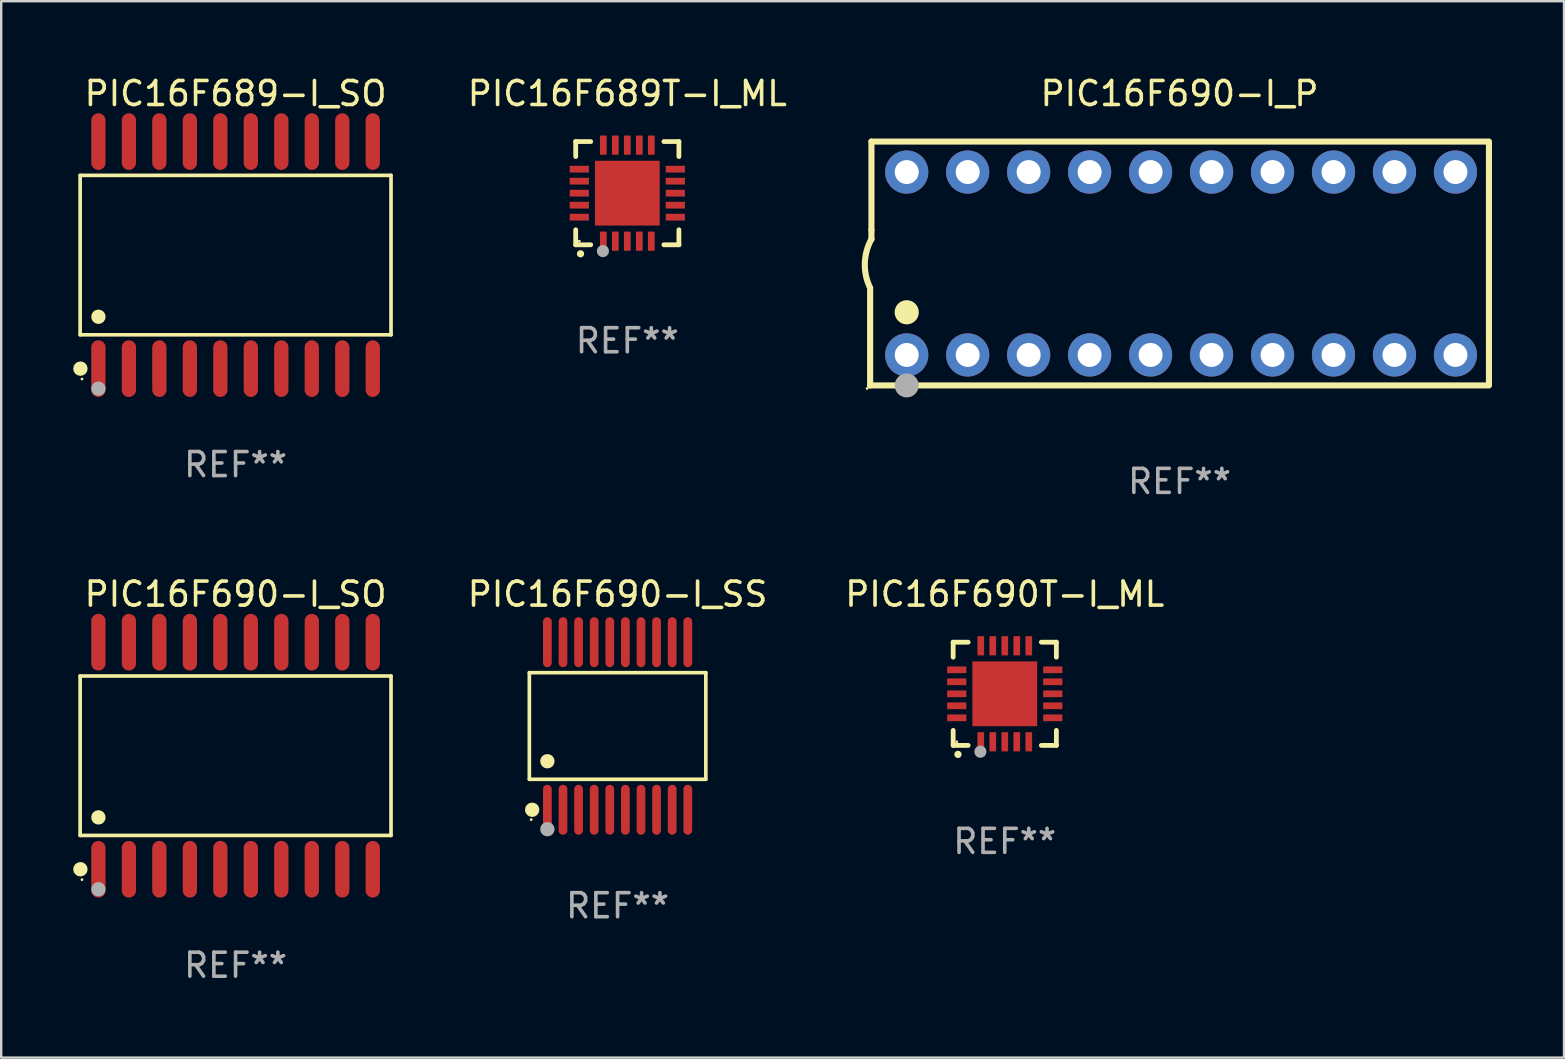
<source format=kicad_pcb>
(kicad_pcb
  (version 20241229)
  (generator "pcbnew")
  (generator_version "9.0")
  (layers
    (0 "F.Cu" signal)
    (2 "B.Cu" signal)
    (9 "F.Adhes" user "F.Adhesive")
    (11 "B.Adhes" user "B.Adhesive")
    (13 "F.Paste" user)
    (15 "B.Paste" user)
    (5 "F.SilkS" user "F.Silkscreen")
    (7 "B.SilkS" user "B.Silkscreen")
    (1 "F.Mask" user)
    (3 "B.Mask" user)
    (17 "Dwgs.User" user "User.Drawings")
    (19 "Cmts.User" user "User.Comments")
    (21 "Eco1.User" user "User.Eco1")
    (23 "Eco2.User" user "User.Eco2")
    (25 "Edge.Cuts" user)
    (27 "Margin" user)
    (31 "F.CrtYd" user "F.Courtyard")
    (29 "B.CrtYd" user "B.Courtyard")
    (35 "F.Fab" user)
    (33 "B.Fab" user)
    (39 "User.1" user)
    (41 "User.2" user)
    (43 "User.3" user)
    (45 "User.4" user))
  (footprint "PIC16F689T-I_ML"
    (layer "F.Cu")
    (at 23.085 4.998)
    (property "Reference" "PIC16F689T-I_ML" (at 0 -4.15 0) (layer "F.SilkS") (effects (font (size 1 1) (thickness 0.15))))
    (attr through_hole)
    (fp_line (start -2.15 -2.15) (end -2.15 -1.525) (stroke (width 0.2) (type solid)) (layer "F.SilkS"))
    (fp_line (start -2.15 2.15) (end -2.15 1.525) (stroke (width 0.2) (type solid)) (layer "F.SilkS"))
    (fp_line (start -1.525 -2.15) (end -2.15 -2.15) (stroke (width 0.2) (type solid)) (layer "F.SilkS"))
    (fp_line (start -1.525 2.15) (end -2.15 2.15) (stroke (width 0.2) (type solid)) (layer "F.SilkS"))
    (fp_line (start 1.525 2.15) (end 2.15 2.15) (stroke (width 0.2) (type solid)) (layer "F.SilkS"))
    (fp_line (start 2.15 -2.15) (end 1.525 -2.15) (stroke (width 0.2) (type solid)) (layer "F.SilkS"))
    (fp_line (start 2.15 -1.525) (end 2.15 -2.15) (stroke (width 0.2) (type solid)) (layer "F.SilkS"))
    (fp_line (start 2.15 2.15) (end 2.15 1.525) (stroke (width 0.2) (type solid)) (layer "F.SilkS"))
    (fp_arc (start -1.950724 2.524765) (mid -1.949454 2.52476) (end -1.948184 2.524765) (stroke (width 0.3) (type solid)) (layer "F.SilkS"))
    (fp_circle (center -2 2) (end -1.97 2) (stroke (width 0.06) (type solid)) (fill no) (layer "F.SilkS"))
    (fp_circle (center -1.016 2.413) (end -0.889 2.413) (stroke (width 0.254) (type solid)) (fill no) (layer "F.Fab"))
    (fp_text user "REF**" (at 0 6.15 0) (layer "F.Fab") (effects (font (size 1 1) (thickness 0.15))))
    (pad "1" smd rect (at -1 2) (size 0.28 0.8) (layers "F.Cu" "F.Mask" "F.Paste"))
    (pad "2" smd rect (at -0.5 2) (size 0.28 0.8) (layers "F.Cu" "F.Mask" "F.Paste"))
    (pad "3" smd rect (at 0 2) (size 0.28 0.8) (layers "F.Cu" "F.Mask" "F.Paste"))
    (pad "4" smd rect (at 0.5 2) (size 0.28 0.8) (layers "F.Cu" "F.Mask" "F.Paste"))
    (pad "5" smd rect (at 1 2) (size 0.28 0.8) (layers "F.Cu" "F.Mask" "F.Paste"))
    (pad "6" smd rect (at 2 1) (size 0.8 0.28) (layers "F.Cu" "F.Mask" "F.Paste"))
    (pad "7" smd rect (at 2 0.5) (size 0.8 0.28) (layers "F.Cu" "F.Mask" "F.Paste"))
    (pad "8" smd rect (at 2 0) (size 0.8 0.28) (layers "F.Cu" "F.Mask" "F.Paste"))
    (pad "9" smd rect (at 2 -0.5) (size 0.8 0.28) (layers "F.Cu" "F.Mask" "F.Paste"))
    (pad "10" smd rect (at 2 -1) (size 0.8 0.28) (layers "F.Cu" "F.Mask" "F.Paste"))
    (pad "11" smd rect (at 1 -2) (size 0.28 0.8) (layers "F.Cu" "F.Mask" "F.Paste"))
    (pad "12" smd rect (at 0.5 -2) (size 0.28 0.8) (layers "F.Cu" "F.Mask" "F.Paste"))
    (pad "13" smd rect (at 0 -2) (size 0.28 0.8) (layers "F.Cu" "F.Mask" "F.Paste"))
    (pad "14" smd rect (at -0.5 -2) (size 0.28 0.8) (layers "F.Cu" "F.Mask" "F.Paste"))
    (pad "15" smd rect (at -1 -2) (size 0.28 0.8) (layers "F.Cu" "F.Mask" "F.Paste"))
    (pad "16" smd rect (at -2 -1) (size 0.8 0.28) (layers "F.Cu" "F.Mask" "F.Paste"))
    (pad "17" smd rect (at -2 -0.5) (size 0.8 0.28) (layers "F.Cu" "F.Mask" "F.Paste"))
    (pad "18" smd rect (at -2 0) (size 0.8 0.28) (layers "F.Cu" "F.Mask" "F.Paste"))
    (pad "19" smd rect (at -2 0.5) (size 0.8 0.28) (layers "F.Cu" "F.Mask" "F.Paste"))
    (pad "20" smd rect (at -2 1) (size 0.8 0.28) (layers "F.Cu" "F.Mask" "F.Paste"))
    (pad "21" smd rect (at 0 0) (size 2.7 2.7) (layers "F.Cu" "F.Mask" "F.Paste")))
  (footprint "PIC16F689-I_SO"
    (layer "F.Cu")
    (at 6.765 7.578)
    (property "Reference" "PIC16F689-I_SO" (at 0 -6.73 0) (layer "F.SilkS") (effects (font (size 1 1) (thickness 0.15))))
    (attr through_hole)
    (fp_line (start -6.476 -3.321) (end 6.476 -3.321) (stroke (width 0.152) (type solid)) (layer "F.SilkS"))
    (fp_line (start -6.476 3.321) (end -6.476 -3.321) (stroke (width 0.152) (type solid)) (layer "F.SilkS"))
    (fp_line (start 6.476 -3.321) (end 6.476 3.321) (stroke (width 0.152) (type solid)) (layer "F.SilkS"))
    (fp_line (start 6.476 3.321) (end -6.476 3.321) (stroke (width 0.152) (type solid)) (layer "F.SilkS"))
    (fp_circle (center -6.465 4.73) (end -6.315 4.73) (stroke (width 0.3) (type solid)) (fill no) (layer "F.SilkS"))
    (fp_circle (center -6.4 5.163) (end -6.37 5.163) (stroke (width 0.06) (type solid)) (fill no) (layer "F.SilkS"))
    (fp_circle (center -5.715 2.569) (end -5.565 2.569) (stroke (width 0.3) (type solid)) (fill no) (layer "F.SilkS"))
    (fp_circle (center -5.715 5.563) (end -5.565 5.563) (stroke (width 0.3) (type solid)) (fill no) (layer "F.Fab"))
    (fp_text user "REF**" (at 0 8.73 0) (layer "F.Fab") (effects (font (size 1 1) (thickness 0.15))))
    (pad "1" smd oval (at -5.715 4.73) (size 0.595 2.36) (layers "F.Cu" "F.Mask" "F.Paste"))
    (pad "2" smd oval (at -4.445 4.73) (size 0.595 2.36) (layers "F.Cu" "F.Mask" "F.Paste"))
    (pad "3" smd oval (at -3.175 4.73) (size 0.595 2.36) (layers "F.Cu" "F.Mask" "F.Paste"))
    (pad "4" smd oval (at -1.905 4.73) (size 0.595 2.36) (layers "F.Cu" "F.Mask" "F.Paste"))
    (pad "5" smd oval (at -0.635 4.73) (size 0.595 2.36) (layers "F.Cu" "F.Mask" "F.Paste"))
    (pad "6" smd oval (at 0.635 4.73) (size 0.595 2.36) (layers "F.Cu" "F.Mask" "F.Paste"))
    (pad "7" smd oval (at 1.905 4.73) (size 0.595 2.36) (layers "F.Cu" "F.Mask" "F.Paste"))
    (pad "8" smd oval (at 3.175 4.73) (size 0.595 2.36) (layers "F.Cu" "F.Mask" "F.Paste"))
    (pad "9" smd oval (at 4.445 4.73) (size 0.595 2.36) (layers "F.Cu" "F.Mask" "F.Paste"))
    (pad "10" smd oval (at 5.715 4.73) (size 0.595 2.36) (layers "F.Cu" "F.Mask" "F.Paste"))
    (pad "11" smd oval (at 5.715 -4.73) (size 0.595 2.36) (layers "F.Cu" "F.Mask" "F.Paste"))
    (pad "12" smd oval (at 4.445 -4.73) (size 0.595 2.36) (layers "F.Cu" "F.Mask" "F.Paste"))
    (pad "13" smd oval (at 3.175 -4.73) (size 0.595 2.36) (layers "F.Cu" "F.Mask" "F.Paste"))
    (pad "14" smd oval (at 1.905 -4.73) (size 0.595 2.36) (layers "F.Cu" "F.Mask" "F.Paste"))
    (pad "15" smd oval (at 0.635 -4.73) (size 0.595 2.36) (layers "F.Cu" "F.Mask" "F.Paste"))
    (pad "16" smd oval (at -0.635 -4.73) (size 0.595 2.36) (layers "F.Cu" "F.Mask" "F.Paste"))
    (pad "17" smd oval (at -1.905 -4.73) (size 0.595 2.36) (layers "F.Cu" "F.Mask" "F.Paste"))
    (pad "18" smd oval (at -3.175 -4.73) (size 0.595 2.36) (layers "F.Cu" "F.Mask" "F.Paste"))
    (pad "19" smd oval (at -4.445 -4.73) (size 0.595 2.36) (layers "F.Cu" "F.Mask" "F.Paste"))
    (pad "20" smd oval (at -5.715 -4.73) (size 0.595 2.36) (layers "F.Cu" "F.Mask" "F.Paste")))
  (footprint "PIC16F690T-I_ML"
    (layer "F.Cu")
    (at 38.811 25.855)
    (property "Reference" "PIC16F690T-I_ML" (at 0 -4.15 0) (layer "F.SilkS") (effects (font (size 1 1) (thickness 0.15))))
    (attr through_hole)
    (fp_line (start -2.15 -2.15) (end -2.15 -1.525) (stroke (width 0.2) (type solid)) (layer "F.SilkS"))
    (fp_line (start -2.15 2.15) (end -2.15 1.525) (stroke (width 0.2) (type solid)) (layer "F.SilkS"))
    (fp_line (start -1.525 -2.15) (end -2.15 -2.15) (stroke (width 0.2) (type solid)) (layer "F.SilkS"))
    (fp_line (start -1.525 2.15) (end -2.15 2.15) (stroke (width 0.2) (type solid)) (layer "F.SilkS"))
    (fp_line (start 1.525 2.15) (end 2.15 2.15) (stroke (width 0.2) (type solid)) (layer "F.SilkS"))
    (fp_line (start 2.15 -2.15) (end 1.525 -2.15) (stroke (width 0.2) (type solid)) (layer "F.SilkS"))
    (fp_line (start 2.15 -1.525) (end 2.15 -2.15) (stroke (width 0.2) (type solid)) (layer "F.SilkS"))
    (fp_line (start 2.15 2.15) (end 2.15 1.525) (stroke (width 0.2) (type solid)) (layer "F.SilkS"))
    (fp_arc (start -1.950724 2.524765) (mid -1.949454 2.52476) (end -1.948184 2.524765) (stroke (width 0.3) (type solid)) (layer "F.SilkS"))
    (fp_circle (center -2 2) (end -1.97 2) (stroke (width 0.06) (type solid)) (fill no) (layer "F.SilkS"))
    (fp_circle (center -1.016 2.413) (end -0.889 2.413) (stroke (width 0.254) (type solid)) (fill no) (layer "F.Fab"))
    (fp_text user "REF**" (at 0 6.15 0) (layer "F.Fab") (effects (font (size 1 1) (thickness 0.15))))
    (pad "1" smd rect (at -1 2) (size 0.28 0.8) (layers "F.Cu" "F.Mask" "F.Paste"))
    (pad "2" smd rect (at -0.5 2) (size 0.28 0.8) (layers "F.Cu" "F.Mask" "F.Paste"))
    (pad "3" smd rect (at 0 2) (size 0.28 0.8) (layers "F.Cu" "F.Mask" "F.Paste"))
    (pad "4" smd rect (at 0.5 2) (size 0.28 0.8) (layers "F.Cu" "F.Mask" "F.Paste"))
    (pad "5" smd rect (at 1 2) (size 0.28 0.8) (layers "F.Cu" "F.Mask" "F.Paste"))
    (pad "6" smd rect (at 2 1) (size 0.8 0.28) (layers "F.Cu" "F.Mask" "F.Paste"))
    (pad "7" smd rect (at 2 0.5) (size 0.8 0.28) (layers "F.Cu" "F.Mask" "F.Paste"))
    (pad "8" smd rect (at 2 0) (size 0.8 0.28) (layers "F.Cu" "F.Mask" "F.Paste"))
    (pad "9" smd rect (at 2 -0.5) (size 0.8 0.28) (layers "F.Cu" "F.Mask" "F.Paste"))
    (pad "10" smd rect (at 2 -1) (size 0.8 0.28) (layers "F.Cu" "F.Mask" "F.Paste"))
    (pad "11" smd rect (at 1 -2) (size 0.28 0.8) (layers "F.Cu" "F.Mask" "F.Paste"))
    (pad "12" smd rect (at 0.5 -2) (size 0.28 0.8) (layers "F.Cu" "F.Mask" "F.Paste"))
    (pad "13" smd rect (at 0 -2) (size 0.28 0.8) (layers "F.Cu" "F.Mask" "F.Paste"))
    (pad "14" smd rect (at -0.5 -2) (size 0.28 0.8) (layers "F.Cu" "F.Mask" "F.Paste"))
    (pad "15" smd rect (at -1 -2) (size 0.28 0.8) (layers "F.Cu" "F.Mask" "F.Paste"))
    (pad "16" smd rect (at -2 -1) (size 0.8 0.28) (layers "F.Cu" "F.Mask" "F.Paste"))
    (pad "17" smd rect (at -2 -0.5) (size 0.8 0.28) (layers "F.Cu" "F.Mask" "F.Paste"))
    (pad "18" smd rect (at -2 0) (size 0.8 0.28) (layers "F.Cu" "F.Mask" "F.Paste"))
    (pad "19" smd rect (at -2 0.5) (size 0.8 0.28) (layers "F.Cu" "F.Mask" "F.Paste"))
    (pad "20" smd rect (at -2 1) (size 0.8 0.28) (layers "F.Cu" "F.Mask" "F.Paste"))
    (pad "21" smd rect (at 0 0) (size 2.7 2.7) (layers "F.Cu" "F.Mask" "F.Paste")))
  (footprint "PIC16F690-I_SO"
    (layer "F.Cu")
    (at 6.765 28.435)
    (property "Reference" "PIC16F690-I_SO" (at 0 -6.73 0) (layer "F.SilkS") (effects (font (size 1 1) (thickness 0.15))))
    (attr through_hole)
    (fp_line (start -6.476 -3.321) (end 6.476 -3.321) (stroke (width 0.152) (type solid)) (layer "F.SilkS"))
    (fp_line (start -6.476 3.321) (end -6.476 -3.321) (stroke (width 0.152) (type solid)) (layer "F.SilkS"))
    (fp_line (start 6.476 -3.321) (end 6.476 3.321) (stroke (width 0.152) (type solid)) (layer "F.SilkS"))
    (fp_line (start 6.476 3.321) (end -6.476 3.321) (stroke (width 0.152) (type solid)) (layer "F.SilkS"))
    (fp_circle (center -6.465 4.73) (end -6.315 4.73) (stroke (width 0.3) (type solid)) (fill no) (layer "F.SilkS"))
    (fp_circle (center -6.4 5.163) (end -6.37 5.163) (stroke (width 0.06) (type solid)) (fill no) (layer "F.SilkS"))
    (fp_circle (center -5.715 2.569) (end -5.565 2.569) (stroke (width 0.3) (type solid)) (fill no) (layer "F.SilkS"))
    (fp_circle (center -5.715 5.563) (end -5.565 5.563) (stroke (width 0.3) (type solid)) (fill no) (layer "F.Fab"))
    (fp_text user "REF**" (at 0 8.73 0) (layer "F.Fab") (effects (font (size 1 1) (thickness 0.15))))
    (pad "1" smd oval (at -5.715 4.73) (size 0.595 2.36) (layers "F.Cu" "F.Mask" "F.Paste"))
    (pad "2" smd oval (at -4.445 4.73) (size 0.595 2.36) (layers "F.Cu" "F.Mask" "F.Paste"))
    (pad "3" smd oval (at -3.175 4.73) (size 0.595 2.36) (layers "F.Cu" "F.Mask" "F.Paste"))
    (pad "4" smd oval (at -1.905 4.73) (size 0.595 2.36) (layers "F.Cu" "F.Mask" "F.Paste"))
    (pad "5" smd oval (at -0.635 4.73) (size 0.595 2.36) (layers "F.Cu" "F.Mask" "F.Paste"))
    (pad "6" smd oval (at 0.635 4.73) (size 0.595 2.36) (layers "F.Cu" "F.Mask" "F.Paste"))
    (pad "7" smd oval (at 1.905 4.73) (size 0.595 2.36) (layers "F.Cu" "F.Mask" "F.Paste"))
    (pad "8" smd oval (at 3.175 4.73) (size 0.595 2.36) (layers "F.Cu" "F.Mask" "F.Paste"))
    (pad "9" smd oval (at 4.445 4.73) (size 0.595 2.36) (layers "F.Cu" "F.Mask" "F.Paste"))
    (pad "10" smd oval (at 5.715 4.73) (size 0.595 2.36) (layers "F.Cu" "F.Mask" "F.Paste"))
    (pad "11" smd oval (at 5.715 -4.73) (size 0.595 2.36) (layers "F.Cu" "F.Mask" "F.Paste"))
    (pad "12" smd oval (at 4.445 -4.73) (size 0.595 2.36) (layers "F.Cu" "F.Mask" "F.Paste"))
    (pad "13" smd oval (at 3.175 -4.73) (size 0.595 2.36) (layers "F.Cu" "F.Mask" "F.Paste"))
    (pad "14" smd oval (at 1.905 -4.73) (size 0.595 2.36) (layers "F.Cu" "F.Mask" "F.Paste"))
    (pad "15" smd oval (at 0.635 -4.73) (size 0.595 2.36) (layers "F.Cu" "F.Mask" "F.Paste"))
    (pad "16" smd oval (at -0.635 -4.73) (size 0.595 2.36) (layers "F.Cu" "F.Mask" "F.Paste"))
    (pad "17" smd oval (at -1.905 -4.73) (size 0.595 2.36) (layers "F.Cu" "F.Mask" "F.Paste"))
    (pad "18" smd oval (at -3.175 -4.73) (size 0.595 2.36) (layers "F.Cu" "F.Mask" "F.Paste"))
    (pad "19" smd oval (at -4.445 -4.73) (size 0.595 2.36) (layers "F.Cu" "F.Mask" "F.Paste"))
    (pad "20" smd oval (at -5.715 -4.73) (size 0.595 2.36) (layers "F.Cu" "F.Mask" "F.Paste")))
  (footprint "PIC16F690-I_SS"
    (layer "F.Cu")
    (at 22.68 27.196)
    (property "Reference" "PIC16F690-I_SS" (at 0 -5.491 0) (layer "F.SilkS") (effects (font (size 1 1) (thickness 0.15))))
    (attr through_hole)
    (fp_line (start -3.676 -2.221) (end 3.676 -2.221) (stroke (width 0.152) (type solid)) (layer "F.SilkS"))
    (fp_line (start -3.676 2.221) (end -3.676 -2.221) (stroke (width 0.152) (type solid)) (layer "F.SilkS"))
    (fp_line (start 3.676 -2.221) (end 3.676 2.221) (stroke (width 0.152) (type solid)) (layer "F.SilkS"))
    (fp_line (start 3.676 2.221) (end -3.676 2.221) (stroke (width 0.152) (type solid)) (layer "F.SilkS"))
    (fp_circle (center -3.6 3.9) (end -3.57 3.9) (stroke (width 0.06) (type solid)) (fill no) (layer "F.SilkS"))
    (fp_circle (center -3.559 3.491) (end -3.409 3.491) (stroke (width 0.3) (type solid)) (fill no) (layer "F.SilkS"))
    (fp_circle (center -2.925 1.469) (end -2.775 1.469) (stroke (width 0.3) (type solid)) (fill no) (layer "F.SilkS"))
    (fp_circle (center -2.925 4.3) (end -2.775 4.3) (stroke (width 0.3) (type solid)) (fill no) (layer "F.Fab"))
    (fp_text user "REF**" (at 0 7.491 0) (layer "F.Fab") (effects (font (size 1 1) (thickness 0.15))))
    (pad "1" smd oval (at -2.925 3.491) (size 0.364 2.082) (layers "F.Cu" "F.Mask" "F.Paste"))
    (pad "2" smd oval (at -2.275 3.491) (size 0.364 2.082) (layers "F.Cu" "F.Mask" "F.Paste"))
    (pad "3" smd oval (at -1.625 3.491) (size 0.364 2.082) (layers "F.Cu" "F.Mask" "F.Paste"))
    (pad "4" smd oval (at -0.975 3.491) (size 0.364 2.082) (layers "F.Cu" "F.Mask" "F.Paste"))
    (pad "5" smd oval (at -0.325 3.491) (size 0.364 2.082) (layers "F.Cu" "F.Mask" "F.Paste"))
    (pad "6" smd oval (at 0.325 3.491) (size 0.364 2.082) (layers "F.Cu" "F.Mask" "F.Paste"))
    (pad "7" smd oval (at 0.975 3.491) (size 0.364 2.082) (layers "F.Cu" "F.Mask" "F.Paste"))
    (pad "8" smd oval (at 1.625 3.491) (size 0.364 2.082) (layers "F.Cu" "F.Mask" "F.Paste"))
    (pad "9" smd oval (at 2.275 3.491) (size 0.364 2.082) (layers "F.Cu" "F.Mask" "F.Paste"))
    (pad "10" smd oval (at 2.925 3.491) (size 0.364 2.082) (layers "F.Cu" "F.Mask" "F.Paste"))
    (pad "11" smd oval (at 2.925 -3.491) (size 0.364 2.082) (layers "F.Cu" "F.Mask" "F.Paste"))
    (pad "12" smd oval (at 2.275 -3.491) (size 0.364 2.082) (layers "F.Cu" "F.Mask" "F.Paste"))
    (pad "13" smd oval (at 1.625 -3.491) (size 0.364 2.082) (layers "F.Cu" "F.Mask" "F.Paste"))
    (pad "14" smd oval (at 0.975 -3.491) (size 0.364 2.082) (layers "F.Cu" "F.Mask" "F.Paste"))
    (pad "15" smd oval (at 0.325 -3.491) (size 0.364 2.082) (layers "F.Cu" "F.Mask" "F.Paste"))
    (pad "16" smd oval (at -0.325 -3.491) (size 0.364 2.082) (layers "F.Cu" "F.Mask" "F.Paste"))
    (pad "17" smd oval (at -0.975 -3.491) (size 0.364 2.082) (layers "F.Cu" "F.Mask" "F.Paste"))
    (pad "18" smd oval (at -1.625 -3.491) (size 0.364 2.082) (layers "F.Cu" "F.Mask" "F.Paste"))
    (pad "19" smd oval (at -2.275 -3.491) (size 0.364 2.082) (layers "F.Cu" "F.Mask" "F.Paste"))
    (pad "20" smd oval (at -2.925 -3.491) (size 0.364 2.082) (layers "F.Cu" "F.Mask" "F.Paste")))
  (footprint "PIC16F690-I_P"
    (layer "F.Cu")
    (at 46.093 7.928)
    (property "Reference" "PIC16F690-I_P" (at 0 -7.08 0) (layer "F.SilkS") (effects (font (size 1 1) (thickness 0.15))))
    (attr through_hole)
    (fp_line (start -12.891 5.08) (end -12.891 1.016) (stroke (width 0.254) (type solid)) (layer "F.SilkS"))
    (fp_line (start -12.891 5.08) (end 12.891 5.08) (stroke (width 0.254) (type solid)) (layer "F.SilkS"))
    (fp_line (start -12.837 -5.08) (end -12.837 -1.397) (stroke (width 0.254) (type solid)) (layer "F.SilkS"))
    (fp_line (start -12.837 -5.08) (end 12.891 -5.08) (stroke (width 0.254) (type solid)) (layer "F.SilkS"))
    (fp_line (start -12.837 -1.397) (end -12.837 -1.016) (stroke (width 0.254) (type solid)) (layer "F.SilkS"))
    (fp_line (start 12.891 -5) (end 12.891 5) (stroke (width 0.254) (type solid)) (layer "F.SilkS"))
    (fp_arc (start -12.890526 1.016002) (mid -13.111945 -0.006602) (end -12.836525 -1.016002) (stroke (width 0.254001) (type solid)) (layer "F.SilkS"))
    (fp_circle (center -13.018 5.207) (end -12.988 5.207) (stroke (width 0.06) (type solid)) (fill no) (layer "F.SilkS"))
    (fp_circle (center -11.367 2.032) (end -11.113 2.032) (stroke (width 0.5) (type solid)) (fill no) (layer "F.SilkS"))
    (fp_circle (center -11.367 5.08) (end -11.117 5.08) (stroke (width 0.5) (type solid)) (fill no) (layer "F.Fab"))
    (fp_text user "REF**" (at 0 9.08 0) (layer "F.Fab") (effects (font (size 1 1) (thickness 0.15))))
    (pad "1" thru_hole circle (at -11.367 3.81) (size 1.8 1.8) (drill 1) (layers "*.Cu" "*.Mask"))
    (pad "2" thru_hole circle (at -8.827 3.81) (size 1.8 1.8) (drill 1) (layers "*.Cu" "*.Mask"))
    (pad "3" thru_hole circle (at -6.287 3.81) (size 1.8 1.8) (drill 1) (layers "*.Cu" "*.Mask"))
    (pad "4" thru_hole circle (at -3.747 3.81) (size 1.8 1.8) (drill 1) (layers "*.Cu" "*.Mask"))
    (pad "5" thru_hole circle (at -1.207 3.81) (size 1.8 1.8) (drill 1) (layers "*.Cu" "*.Mask"))
    (pad "6" thru_hole circle (at 1.334 3.81) (size 1.8 1.8) (drill 1) (layers "*.Cu" "*.Mask"))
    (pad "7" thru_hole circle (at 3.874 3.81) (size 1.8 1.8) (drill 1) (layers "*.Cu" "*.Mask"))
    (pad "8" thru_hole circle (at 6.414 3.81) (size 1.8 1.8) (drill 1) (layers "*.Cu" "*.Mask"))
    (pad "9" thru_hole circle (at 8.954 3.81) (size 1.8 1.8) (drill 1) (layers "*.Cu" "*.Mask"))
    (pad "10" thru_hole circle (at 11.494 3.81) (size 1.8 1.8) (drill 1) (layers "*.Cu" "*.Mask"))
    (pad "11" thru_hole circle (at 11.494 -3.81) (size 1.8 1.8) (drill 1) (layers "*.Cu" "*.Mask"))
    (pad "12" thru_hole circle (at 8.954 -3.81) (size 1.8 1.8) (drill 1) (layers "*.Cu" "*.Mask"))
    (pad "13" thru_hole circle (at 6.414 -3.81) (size 1.8 1.8) (drill 1) (layers "*.Cu" "*.Mask"))
    (pad "14" thru_hole circle (at 3.874 -3.81) (size 1.8 1.8) (drill 1) (layers "*.Cu" "*.Mask"))
    (pad "15" thru_hole circle (at 1.334 -3.81) (size 1.8 1.8) (drill 1) (layers "*.Cu" "*.Mask"))
    (pad "16" thru_hole circle (at -1.207 -3.81) (size 1.8 1.8) (drill 1) (layers "*.Cu" "*.Mask"))
    (pad "17" thru_hole circle (at -3.747 -3.81) (size 1.8 1.8) (drill 1) (layers "*.Cu" "*.Mask"))
    (pad "18" thru_hole circle (at -6.287 -3.81) (size 1.8 1.8) (drill 1) (layers "*.Cu" "*.Mask"))
    (pad "19" thru_hole circle (at -8.827 -3.81) (size 1.8 1.8) (drill 1) (layers "*.Cu" "*.Mask"))
    (pad "20" thru_hole circle (at -11.367 -3.81) (size 1.8 1.8) (drill 1) (layers "*.Cu" "*.Mask")))
  (gr_rect
    (start -3 -3)
    (end 62.11 41.013)
    (stroke (width 0.1) (type default))
    (fill no)
    (layer "Edge.Cuts")))
</source>
